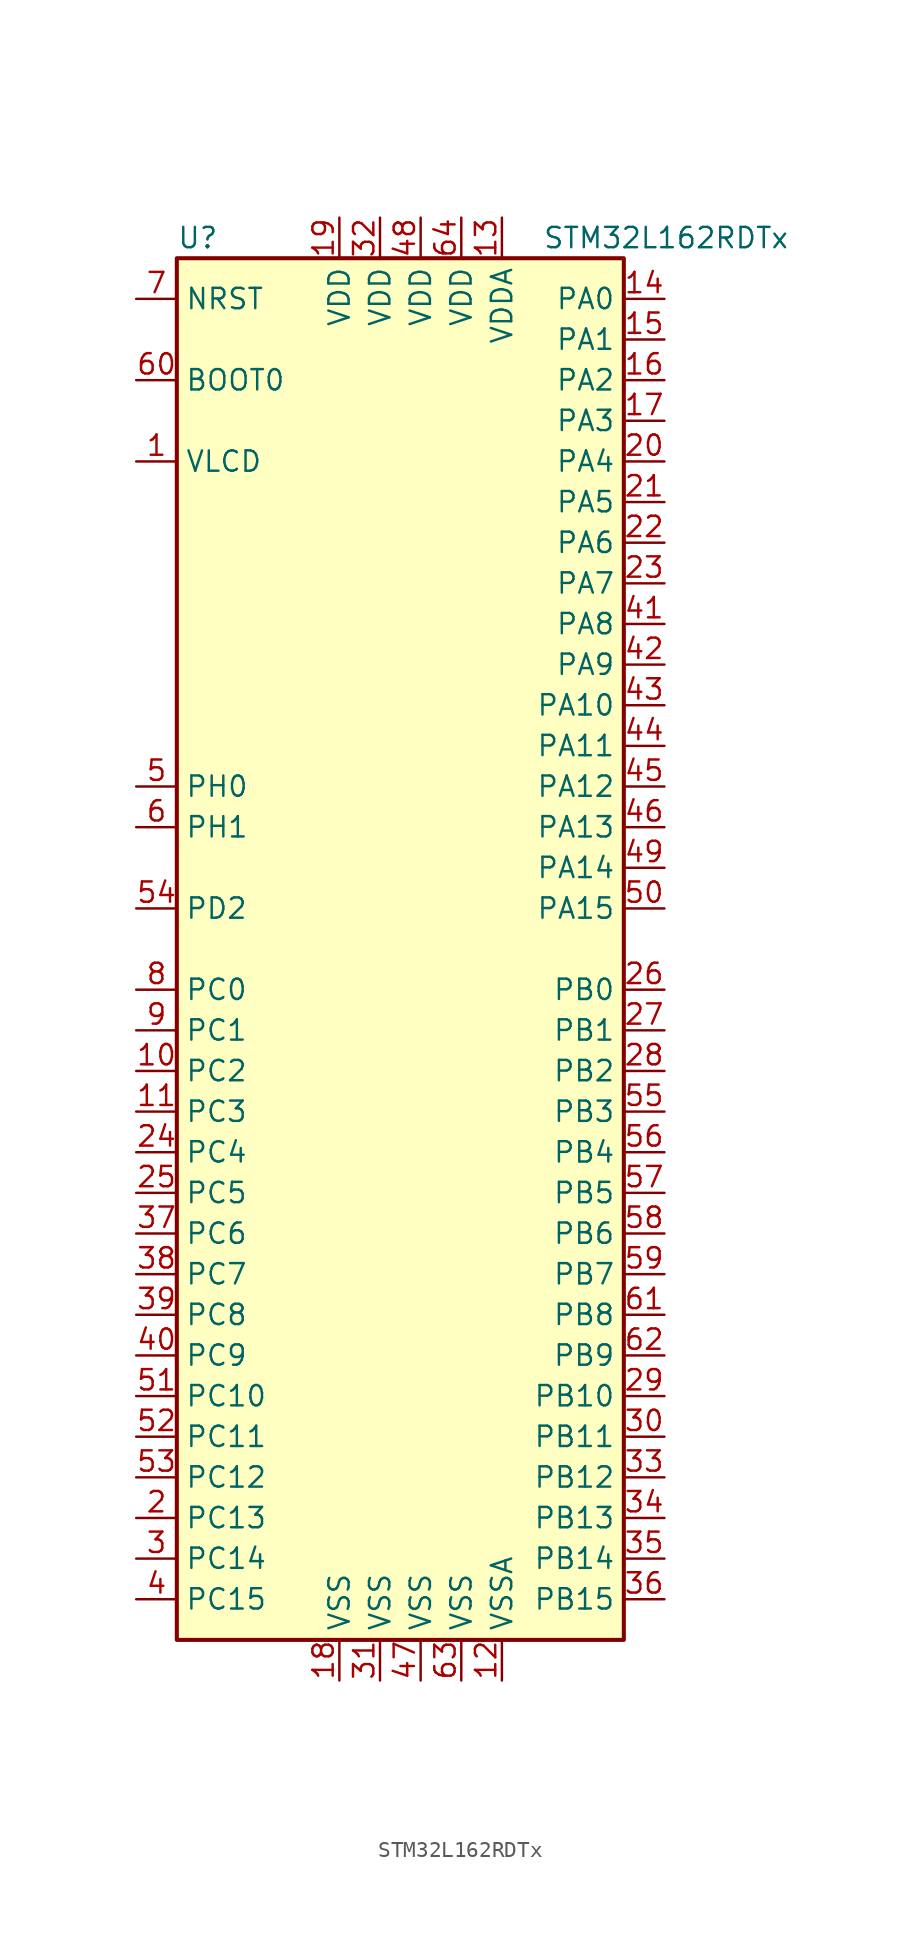
<source format=kicad_sym>
(kicad_symbol_lib
  (version 20201005)
  (generator kicad_symbol_editor)
  (symbol "STM32L162RDTx"
    (property "Reference" "U"
      (at -15.24 44.45 0)
      (effects (font (size 1.27 1.27)) (justify left)))
    (property "Value" "STM32L162RDTx"
      (at 7.62 44.45 0)
      (effects (font (size 1.27 1.27)) (justify left)))
    (symbol "STM32L162RDTx_0_1"
      (rectangle (start -15.24 -43.18) (end 12.7 43.18) (stroke (width 0.254)) (fill (type background))))
    (symbol "STM32L162RDTx_1_1"
      (pin power_in line (at -17.78 30.48 0) (length 2.54) (name "VLCD" (effects (font (size 1.27 1.27)))) (number "1" (effects (font (size 1.27 1.27)))))
      (pin bidirectional line (at -17.78 -7.62 0) (length 2.54) (name "PC2" (effects (font (size 1.27 1.27)))) (number "10" (effects (font (size 1.27 1.27)))))
      (pin bidirectional line (at -17.78 -10.16 0) (length 2.54) (name "PC3" (effects (font (size 1.27 1.27)))) (number "11" (effects (font (size 1.27 1.27)))))
      (pin power_in line (at 5.08 -45.72 90) (length 2.54) (name "VSSA" (effects (font (size 1.27 1.27)))) (number "12" (effects (font (size 1.27 1.27)))))
      (pin power_in line (at 5.08 45.72 270) (length 2.54) (name "VDDA" (effects (font (size 1.27 1.27)))) (number "13" (effects (font (size 1.27 1.27)))))
      (pin bidirectional line (at 15.24 40.64 180) (length 2.54) (name "PA0" (effects (font (size 1.27 1.27)))) (number "14" (effects (font (size 1.27 1.27)))))
      (pin bidirectional line (at 15.24 38.1 180) (length 2.54) (name "PA1" (effects (font (size 1.27 1.27)))) (number "15" (effects (font (size 1.27 1.27)))))
      (pin bidirectional line (at 15.24 35.56 180) (length 2.54) (name "PA2" (effects (font (size 1.27 1.27)))) (number "16" (effects (font (size 1.27 1.27)))))
      (pin bidirectional line (at 15.24 33.02 180) (length 2.54) (name "PA3" (effects (font (size 1.27 1.27)))) (number "17" (effects (font (size 1.27 1.27)))))
      (pin power_in line (at -5.08 -45.72 90) (length 2.54) (name "VSS" (effects (font (size 1.27 1.27)))) (number "18" (effects (font (size 1.27 1.27)))))
      (pin power_in line (at -5.08 45.72 270) (length 2.54) (name "VDD" (effects (font (size 1.27 1.27)))) (number "19" (effects (font (size 1.27 1.27)))))
      (pin bidirectional line (at -17.78 -35.56 0) (length 2.54) (name "PC13" (effects (font (size 1.27 1.27)))) (number "2" (effects (font (size 1.27 1.27)))))
      (pin bidirectional line (at 15.24 30.48 180) (length 2.54) (name "PA4" (effects (font (size 1.27 1.27)))) (number "20" (effects (font (size 1.27 1.27)))))
      (pin bidirectional line (at 15.24 27.94 180) (length 2.54) (name "PA5" (effects (font (size 1.27 1.27)))) (number "21" (effects (font (size 1.27 1.27)))))
      (pin bidirectional line (at 15.24 25.4 180) (length 2.54) (name "PA6" (effects (font (size 1.27 1.27)))) (number "22" (effects (font (size 1.27 1.27)))))
      (pin bidirectional line (at 15.24 22.86 180) (length 2.54) (name "PA7" (effects (font (size 1.27 1.27)))) (number "23" (effects (font (size 1.27 1.27)))))
      (pin bidirectional line (at -17.78 -12.7 0) (length 2.54) (name "PC4" (effects (font (size 1.27 1.27)))) (number "24" (effects (font (size 1.27 1.27)))))
      (pin bidirectional line (at -17.78 -15.24 0) (length 2.54) (name "PC5" (effects (font (size 1.27 1.27)))) (number "25" (effects (font (size 1.27 1.27)))))
      (pin bidirectional line (at 15.24 -2.54 180) (length 2.54) (name "PB0" (effects (font (size 1.27 1.27)))) (number "26" (effects (font (size 1.27 1.27)))))
      (pin bidirectional line (at 15.24 -5.08 180) (length 2.54) (name "PB1" (effects (font (size 1.27 1.27)))) (number "27" (effects (font (size 1.27 1.27)))))
      (pin bidirectional line (at 15.24 -7.62 180) (length 2.54) (name "PB2" (effects (font (size 1.27 1.27)))) (number "28" (effects (font (size 1.27 1.27)))))
      (pin bidirectional line (at 15.24 -27.94 180) (length 2.54) (name "PB10" (effects (font (size 1.27 1.27)))) (number "29" (effects (font (size 1.27 1.27)))))
      (pin bidirectional line (at -17.78 -38.1 0) (length 2.54) (name "PC14" (effects (font (size 1.27 1.27)))) (number "3" (effects (font (size 1.27 1.27)))))
      (pin bidirectional line (at 15.24 -30.48 180) (length 2.54) (name "PB11" (effects (font (size 1.27 1.27)))) (number "30" (effects (font (size 1.27 1.27)))))
      (pin power_in line (at -2.54 -45.72 90) (length 2.54) (name "VSS" (effects (font (size 1.27 1.27)))) (number "31" (effects (font (size 1.27 1.27)))))
      (pin power_in line (at -2.54 45.72 270) (length 2.54) (name "VDD" (effects (font (size 1.27 1.27)))) (number "32" (effects (font (size 1.27 1.27)))))
      (pin bidirectional line (at 15.24 -33.02 180) (length 2.54) (name "PB12" (effects (font (size 1.27 1.27)))) (number "33" (effects (font (size 1.27 1.27)))))
      (pin bidirectional line (at 15.24 -35.56 180) (length 2.54) (name "PB13" (effects (font (size 1.27 1.27)))) (number "34" (effects (font (size 1.27 1.27)))))
      (pin bidirectional line (at 15.24 -38.1 180) (length 2.54) (name "PB14" (effects (font (size 1.27 1.27)))) (number "35" (effects (font (size 1.27 1.27)))))
      (pin bidirectional line (at 15.24 -40.64 180) (length 2.54) (name "PB15" (effects (font (size 1.27 1.27)))) (number "36" (effects (font (size 1.27 1.27)))))
      (pin bidirectional line (at -17.78 -17.78 0) (length 2.54) (name "PC6" (effects (font (size 1.27 1.27)))) (number "37" (effects (font (size 1.27 1.27)))))
      (pin bidirectional line (at -17.78 -20.32 0) (length 2.54) (name "PC7" (effects (font (size 1.27 1.27)))) (number "38" (effects (font (size 1.27 1.27)))))
      (pin bidirectional line (at -17.78 -22.86 0) (length 2.54) (name "PC8" (effects (font (size 1.27 1.27)))) (number "39" (effects (font (size 1.27 1.27)))))
      (pin bidirectional line (at -17.78 -40.64 0) (length 2.54) (name "PC15" (effects (font (size 1.27 1.27)))) (number "4" (effects (font (size 1.27 1.27)))))
      (pin bidirectional line (at -17.78 -25.4 0) (length 2.54) (name "PC9" (effects (font (size 1.27 1.27)))) (number "40" (effects (font (size 1.27 1.27)))))
      (pin bidirectional line (at 15.24 20.32 180) (length 2.54) (name "PA8" (effects (font (size 1.27 1.27)))) (number "41" (effects (font (size 1.27 1.27)))))
      (pin bidirectional line (at 15.24 17.78 180) (length 2.54) (name "PA9" (effects (font (size 1.27 1.27)))) (number "42" (effects (font (size 1.27 1.27)))))
      (pin bidirectional line (at 15.24 15.24 180) (length 2.54) (name "PA10" (effects (font (size 1.27 1.27)))) (number "43" (effects (font (size 1.27 1.27)))))
      (pin bidirectional line (at 15.24 12.7 180) (length 2.54) (name "PA11" (effects (font (size 1.27 1.27)))) (number "44" (effects (font (size 1.27 1.27)))))
      (pin bidirectional line (at 15.24 10.16 180) (length 2.54) (name "PA12" (effects (font (size 1.27 1.27)))) (number "45" (effects (font (size 1.27 1.27)))))
      (pin bidirectional line (at 15.24 7.62 180) (length 2.54) (name "PA13" (effects (font (size 1.27 1.27)))) (number "46" (effects (font (size 1.27 1.27)))))
      (pin power_in line (at 0 -45.72 90) (length 2.54) (name "VSS" (effects (font (size 1.27 1.27)))) (number "47" (effects (font (size 1.27 1.27)))))
      (pin power_in line (at 0 45.72 270) (length 2.54) (name "VDD" (effects (font (size 1.27 1.27)))) (number "48" (effects (font (size 1.27 1.27)))))
      (pin bidirectional line (at 15.24 5.08 180) (length 2.54) (name "PA14" (effects (font (size 1.27 1.27)))) (number "49" (effects (font (size 1.27 1.27)))))
      (pin input line (at -17.78 10.16 0) (length 2.54) (name "PH0" (effects (font (size 1.27 1.27)))) (number "5" (effects (font (size 1.27 1.27)))))
      (pin bidirectional line (at 15.24 2.54 180) (length 2.54) (name "PA15" (effects (font (size 1.27 1.27)))) (number "50" (effects (font (size 1.27 1.27)))))
      (pin bidirectional line (at -17.78 -27.94 0) (length 2.54) (name "PC10" (effects (font (size 1.27 1.27)))) (number "51" (effects (font (size 1.27 1.27)))))
      (pin bidirectional line (at -17.78 -30.48 0) (length 2.54) (name "PC11" (effects (font (size 1.27 1.27)))) (number "52" (effects (font (size 1.27 1.27)))))
      (pin bidirectional line (at -17.78 -33.02 0) (length 2.54) (name "PC12" (effects (font (size 1.27 1.27)))) (number "53" (effects (font (size 1.27 1.27)))))
      (pin bidirectional line (at -17.78 2.54 0) (length 2.54) (name "PD2" (effects (font (size 1.27 1.27)))) (number "54" (effects (font (size 1.27 1.27)))))
      (pin bidirectional line (at 15.24 -10.16 180) (length 2.54) (name "PB3" (effects (font (size 1.27 1.27)))) (number "55" (effects (font (size 1.27 1.27)))))
      (pin bidirectional line (at 15.24 -12.7 180) (length 2.54) (name "PB4" (effects (font (size 1.27 1.27)))) (number "56" (effects (font (size 1.27 1.27)))))
      (pin bidirectional line (at 15.24 -15.24 180) (length 2.54) (name "PB5" (effects (font (size 1.27 1.27)))) (number "57" (effects (font (size 1.27 1.27)))))
      (pin bidirectional line (at 15.24 -17.78 180) (length 2.54) (name "PB6" (effects (font (size 1.27 1.27)))) (number "58" (effects (font (size 1.27 1.27)))))
      (pin bidirectional line (at 15.24 -20.32 180) (length 2.54) (name "PB7" (effects (font (size 1.27 1.27)))) (number "59" (effects (font (size 1.27 1.27)))))
      (pin input line (at -17.78 7.62 0) (length 2.54) (name "PH1" (effects (font (size 1.27 1.27)))) (number "6" (effects (font (size 1.27 1.27)))))
      (pin input line (at -17.78 35.56 0) (length 2.54) (name "BOOT0" (effects (font (size 1.27 1.27)))) (number "60" (effects (font (size 1.27 1.27)))))
      (pin bidirectional line (at 15.24 -22.86 180) (length 2.54) (name "PB8" (effects (font (size 1.27 1.27)))) (number "61" (effects (font (size 1.27 1.27)))))
      (pin bidirectional line (at 15.24 -25.4 180) (length 2.54) (name "PB9" (effects (font (size 1.27 1.27)))) (number "62" (effects (font (size 1.27 1.27)))))
      (pin power_in line (at 2.54 -45.72 90) (length 2.54) (name "VSS" (effects (font (size 1.27 1.27)))) (number "63" (effects (font (size 1.27 1.27)))))
      (pin power_in line (at 2.54 45.72 270) (length 2.54) (name "VDD" (effects (font (size 1.27 1.27)))) (number "64" (effects (font (size 1.27 1.27)))))
      (pin input line (at -17.78 40.64 0) (length 2.54) (name "NRST" (effects (font (size 1.27 1.27)))) (number "7" (effects (font (size 1.27 1.27)))))
      (pin bidirectional line (at -17.78 -2.54 0) (length 2.54) (name "PC0" (effects (font (size 1.27 1.27)))) (number "8" (effects (font (size 1.27 1.27)))))
      (pin bidirectional line (at -17.78 -5.08 0) (length 2.54) (name "PC1" (effects (font (size 1.27 1.27)))) (number "9" (effects (font (size 1.27 1.27))))))))
</source>
